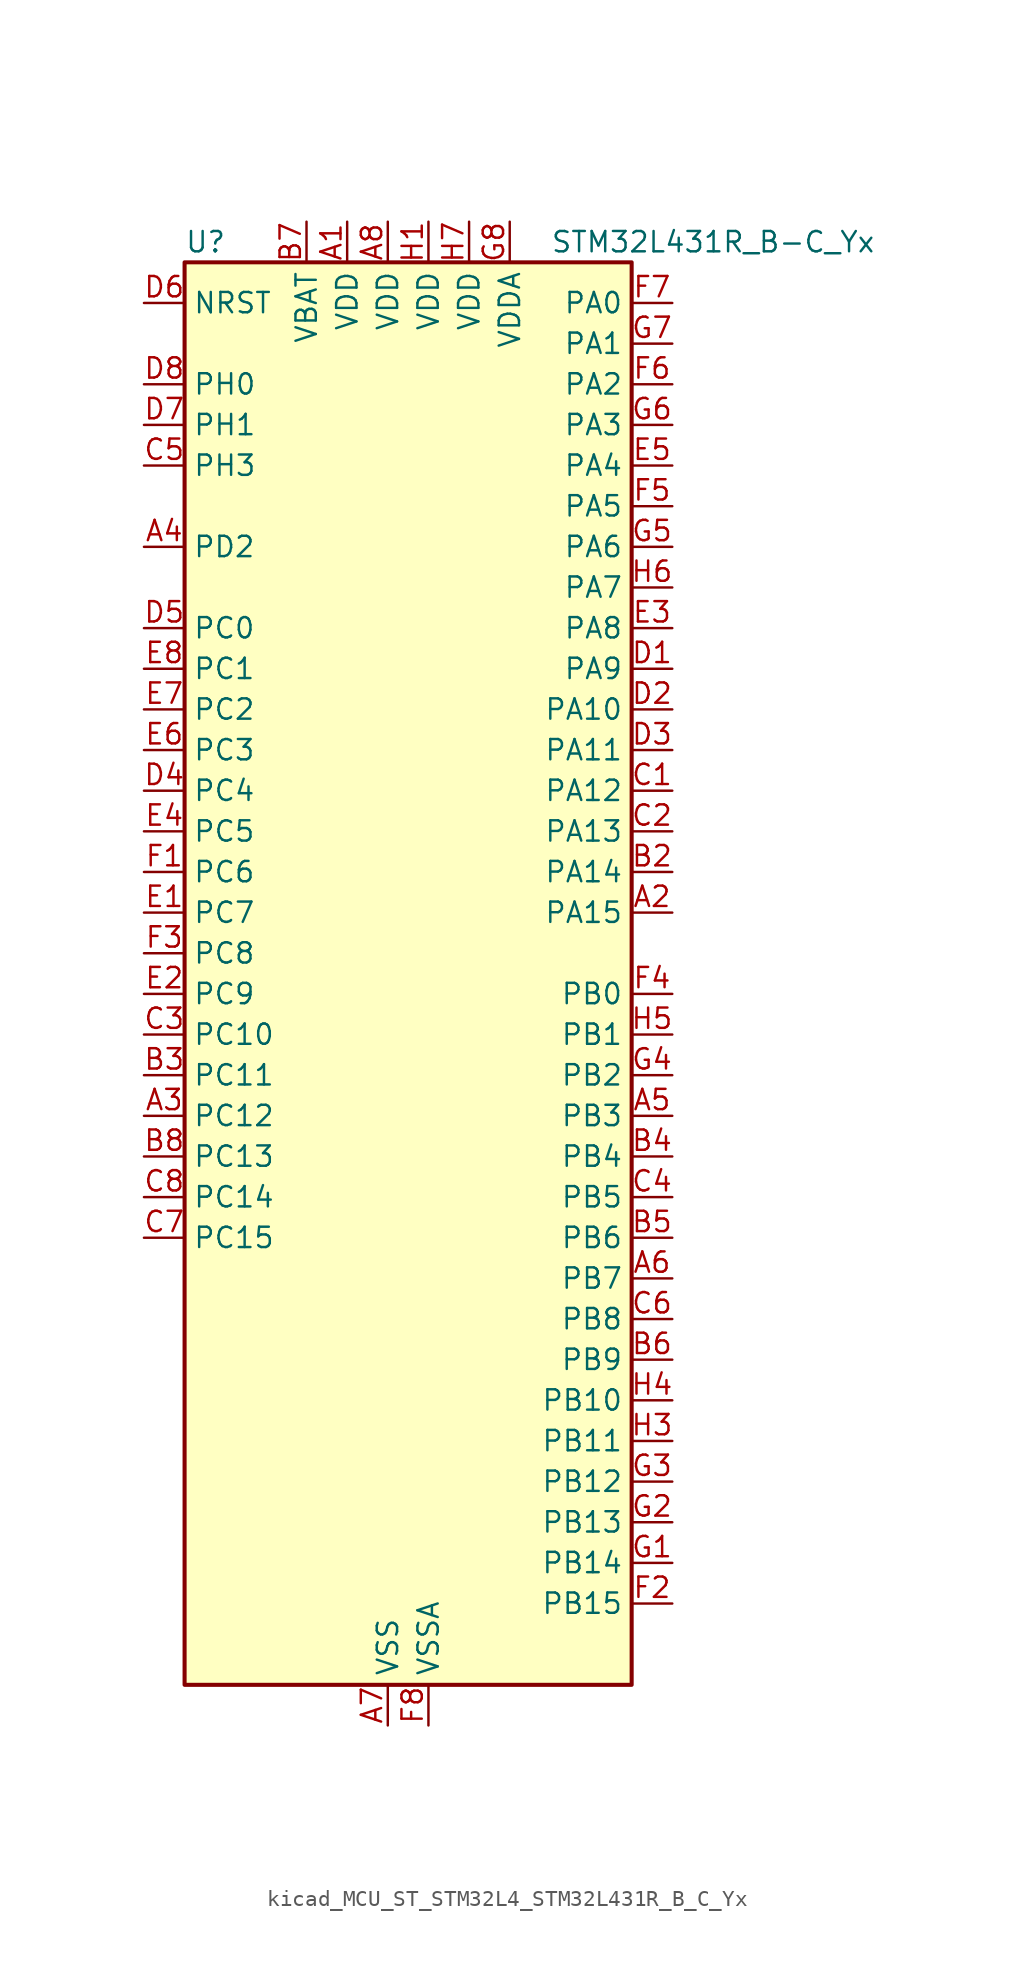
<source format=kicad_sym>
(kicad_symbol_lib
  (version 20220914)
  (generator kicad_symbol_editor)
  (symbol "kicad_MCU_ST_STM32L4_STM32L431R_B_C_Yx"
    (property "Reference" "U"
      (at -12.7 46.99 0)
      (effects (font (size 1.27 1.27)) (justify left)))
    (property "Value" "STM32L431R_B-C_Yx"
      (at 10.16 46.99 0)
      (effects (font (size 1.27 1.27)) (justify left)))
    (property "ki_locked" ""
      (at 0 0 0)
      (effects (font (size 1.27 1.27))))
    (symbol "kicad_MCU_ST_STM32L4_STM32L431R_B_C_Yx_0_1"
      (rectangle (start -12.7 -43.18) (end 15.24 45.72) (stroke (width 0.254) (type default)) (fill (type background))))
    (symbol "kicad_MCU_ST_STM32L4_STM32L431R_B_C_Yx_1_1"
      (pin power_in line (at -2.54 48.26 270) (length 2.54) (name "VDD" (effects (font (size 1.27 1.27)))) (number "A1" (effects (font (size 1.27 1.27)))))
      (pin bidirectional line (at 17.78 5.08 180) (length 2.54) (name "PA15" (effects (font (size 1.27 1.27)))) (number "A2" (effects (font (size 1.27 1.27)))) (alternate "ADC1_EXTI15" bidirectional line) (alternate "SPI1_NSS" bidirectional line) (alternate "SPI3_NSS" bidirectional line) (alternate "SWPMI1_SUSPEND" bidirectional line) (alternate "SYS_JTDI" bidirectional line) (alternate "TIM2_CH1" bidirectional line) (alternate "TIM2_ETR" bidirectional line) (alternate "TSC_G3_IO1" bidirectional line) (alternate "USART2_RX" bidirectional line) (alternate "USART3_DE" bidirectional line) (alternate "USART3_RTS" bidirectional line))
      (pin bidirectional line (at -15.24 -7.62 0) (length 2.54) (name "PC12" (effects (font (size 1.27 1.27)))) (number "A3" (effects (font (size 1.27 1.27)))) (alternate "SDMMC1_CK" bidirectional line) (alternate "SPI3_MOSI" bidirectional line) (alternate "TSC_G3_IO4" bidirectional line) (alternate "USART3_CK" bidirectional line))
      (pin bidirectional line (at -15.24 27.94 0) (length 2.54) (name "PD2" (effects (font (size 1.27 1.27)))) (number "A4" (effects (font (size 1.27 1.27)))) (alternate "SDMMC1_CMD" bidirectional line) (alternate "TSC_SYNC" bidirectional line) (alternate "USART3_DE" bidirectional line) (alternate "USART3_RTS" bidirectional line))
      (pin bidirectional line (at 17.78 -7.62 180) (length 2.54) (name "PB3" (effects (font (size 1.27 1.27)))) (number "A5" (effects (font (size 1.27 1.27)))) (alternate "COMP2_INM" bidirectional line) (alternate "SAI1_SCK_B" bidirectional line) (alternate "SPI1_SCK" bidirectional line) (alternate "SPI3_SCK" bidirectional line) (alternate "SYS_JTDO-SWO" bidirectional line) (alternate "TIM2_CH2" bidirectional line) (alternate "USART1_DE" bidirectional line) (alternate "USART1_RTS" bidirectional line))
      (pin bidirectional line (at 17.78 -17.78 180) (length 2.54) (name "PB7" (effects (font (size 1.27 1.27)))) (number "A6" (effects (font (size 1.27 1.27)))) (alternate "COMP2_INM" bidirectional line) (alternate "I2C1_SDA" bidirectional line) (alternate "LPTIM1_IN2" bidirectional line) (alternate "SYS_PVD_IN" bidirectional line) (alternate "TSC_G2_IO4" bidirectional line) (alternate "USART1_RX" bidirectional line))
      (pin power_in line (at 0 -45.72 90) (length 2.54) (name "VSS" (effects (font (size 1.27 1.27)))) (number "A7" (effects (font (size 1.27 1.27)))))
      (pin power_in line (at 0 48.26 270) (length 2.54) (name "VDD" (effects (font (size 1.27 1.27)))) (number "A8" (effects (font (size 1.27 1.27)))))
      (pin passive line (at 0 -45.72 90) (length 2.54) hide (name "VSS" (effects (font (size 1.27 1.27)))) (number "B1" (effects (font (size 1.27 1.27)))))
      (pin bidirectional line (at 17.78 7.62 180) (length 2.54) (name "PA14" (effects (font (size 1.27 1.27)))) (number "B2" (effects (font (size 1.27 1.27)))) (alternate "I2C1_SMBA" bidirectional line) (alternate "LPTIM1_OUT" bidirectional line) (alternate "SAI1_FS_B" bidirectional line) (alternate "SWPMI1_RX" bidirectional line) (alternate "SYS_JTCK-SWCLK" bidirectional line))
      (pin bidirectional line (at -15.24 -5.08 0) (length 2.54) (name "PC11" (effects (font (size 1.27 1.27)))) (number "B3" (effects (font (size 1.27 1.27)))) (alternate "ADC1_EXTI11" bidirectional line) (alternate "SDMMC1_D3" bidirectional line) (alternate "SPI3_MISO" bidirectional line) (alternate "TSC_G3_IO3" bidirectional line) (alternate "USART3_RX" bidirectional line))
      (pin bidirectional line (at 17.78 -10.16 180) (length 2.54) (name "PB4" (effects (font (size 1.27 1.27)))) (number "B4" (effects (font (size 1.27 1.27)))) (alternate "COMP2_INP" bidirectional line) (alternate "I2C3_SDA" bidirectional line) (alternate "SAI1_MCLK_B" bidirectional line) (alternate "SPI1_MISO" bidirectional line) (alternate "SPI3_MISO" bidirectional line) (alternate "SYS_JTRST" bidirectional line) (alternate "TSC_G2_IO1" bidirectional line) (alternate "USART1_CTS" bidirectional line))
      (pin bidirectional line (at 17.78 -15.24 180) (length 2.54) (name "PB6" (effects (font (size 1.27 1.27)))) (number "B5" (effects (font (size 1.27 1.27)))) (alternate "COMP2_INP" bidirectional line) (alternate "I2C1_SCL" bidirectional line) (alternate "LPTIM1_ETR" bidirectional line) (alternate "SAI1_FS_B" bidirectional line) (alternate "TIM16_CH1N" bidirectional line) (alternate "TSC_G2_IO3" bidirectional line) (alternate "USART1_TX" bidirectional line))
      (pin bidirectional line (at 17.78 -22.86 180) (length 2.54) (name "PB9" (effects (font (size 1.27 1.27)))) (number "B6" (effects (font (size 1.27 1.27)))) (alternate "CAN1_TX" bidirectional line) (alternate "DAC1_EXTI9" bidirectional line) (alternate "I2C1_SDA" bidirectional line) (alternate "IR_OUT" bidirectional line) (alternate "SAI1_FS_A" bidirectional line) (alternate "SDMMC1_D5" bidirectional line) (alternate "SPI2_NSS" bidirectional line))
      (pin power_in line (at -5.08 48.26 270) (length 2.54) (name "VBAT" (effects (font (size 1.27 1.27)))) (number "B7" (effects (font (size 1.27 1.27)))))
      (pin bidirectional line (at -15.24 -10.16 0) (length 2.54) (name "PC13" (effects (font (size 1.27 1.27)))) (number "B8" (effects (font (size 1.27 1.27)))) (alternate "RTC_OUT_ALARM" bidirectional line) (alternate "RTC_OUT_CALIB" bidirectional line) (alternate "RTC_TAMP1" bidirectional line) (alternate "RTC_TS" bidirectional line) (alternate "SYS_WKUP2" bidirectional line))
      (pin bidirectional line (at 17.78 12.7 180) (length 2.54) (name "PA12" (effects (font (size 1.27 1.27)))) (number "C1" (effects (font (size 1.27 1.27)))) (alternate "CAN1_TX" bidirectional line) (alternate "SPI1_MOSI" bidirectional line) (alternate "TIM1_ETR" bidirectional line) (alternate "USART1_DE" bidirectional line) (alternate "USART1_RTS" bidirectional line))
      (pin bidirectional line (at 17.78 10.16 180) (length 2.54) (name "PA13" (effects (font (size 1.27 1.27)))) (number "C2" (effects (font (size 1.27 1.27)))) (alternate "IR_OUT" bidirectional line) (alternate "SAI1_SD_B" bidirectional line) (alternate "SWPMI1_TX" bidirectional line) (alternate "SYS_JTMS-SWDIO" bidirectional line))
      (pin bidirectional line (at -15.24 -2.54 0) (length 2.54) (name "PC10" (effects (font (size 1.27 1.27)))) (number "C3" (effects (font (size 1.27 1.27)))) (alternate "SDMMC1_D2" bidirectional line) (alternate "SPI3_SCK" bidirectional line) (alternate "TSC_G3_IO2" bidirectional line) (alternate "USART3_TX" bidirectional line))
      (pin bidirectional line (at 17.78 -12.7 180) (length 2.54) (name "PB5" (effects (font (size 1.27 1.27)))) (number "C4" (effects (font (size 1.27 1.27)))) (alternate "COMP2_OUT" bidirectional line) (alternate "I2C1_SMBA" bidirectional line) (alternate "LPTIM1_IN1" bidirectional line) (alternate "SAI1_SD_B" bidirectional line) (alternate "SPI1_MOSI" bidirectional line) (alternate "SPI3_MOSI" bidirectional line) (alternate "TIM16_BKIN" bidirectional line) (alternate "TSC_G2_IO2" bidirectional line) (alternate "USART1_CK" bidirectional line))
      (pin bidirectional line (at -15.24 33.02 0) (length 2.54) (name "PH3" (effects (font (size 1.27 1.27)))) (number "C5" (effects (font (size 1.27 1.27)))))
      (pin bidirectional line (at 17.78 -20.32 180) (length 2.54) (name "PB8" (effects (font (size 1.27 1.27)))) (number "C6" (effects (font (size 1.27 1.27)))) (alternate "CAN1_RX" bidirectional line) (alternate "I2C1_SCL" bidirectional line) (alternate "SAI1_MCLK_A" bidirectional line) (alternate "SDMMC1_D4" bidirectional line) (alternate "TIM16_CH1" bidirectional line))
      (pin bidirectional line (at -15.24 -15.24 0) (length 2.54) (name "PC15" (effects (font (size 1.27 1.27)))) (number "C7" (effects (font (size 1.27 1.27)))) (alternate "ADC1_EXTI15" bidirectional line) (alternate "RCC_OSC32_OUT" bidirectional line))
      (pin bidirectional line (at -15.24 -12.7 0) (length 2.54) (name "PC14" (effects (font (size 1.27 1.27)))) (number "C8" (effects (font (size 1.27 1.27)))) (alternate "RCC_OSC32_IN" bidirectional line))
      (pin bidirectional line (at 17.78 20.32 180) (length 2.54) (name "PA9" (effects (font (size 1.27 1.27)))) (number "D1" (effects (font (size 1.27 1.27)))) (alternate "DAC1_EXTI9" bidirectional line) (alternate "I2C1_SCL" bidirectional line) (alternate "SAI1_FS_A" bidirectional line) (alternate "TIM15_BKIN" bidirectional line) (alternate "TIM1_CH2" bidirectional line) (alternate "USART1_TX" bidirectional line))
      (pin bidirectional line (at 17.78 17.78 180) (length 2.54) (name "PA10" (effects (font (size 1.27 1.27)))) (number "D2" (effects (font (size 1.27 1.27)))) (alternate "I2C1_SDA" bidirectional line) (alternate "SAI1_SD_A" bidirectional line) (alternate "TIM1_CH3" bidirectional line) (alternate "USART1_RX" bidirectional line))
      (pin bidirectional line (at 17.78 15.24 180) (length 2.54) (name "PA11" (effects (font (size 1.27 1.27)))) (number "D3" (effects (font (size 1.27 1.27)))) (alternate "ADC1_EXTI11" bidirectional line) (alternate "CAN1_RX" bidirectional line) (alternate "COMP1_OUT" bidirectional line) (alternate "SPI1_MISO" bidirectional line) (alternate "TIM1_BKIN2" bidirectional line) (alternate "TIM1_BKIN2_COMP1" bidirectional line) (alternate "TIM1_CH4" bidirectional line) (alternate "USART1_CTS" bidirectional line))
      (pin bidirectional line (at -15.24 12.7 0) (length 2.54) (name "PC4" (effects (font (size 1.27 1.27)))) (number "D4" (effects (font (size 1.27 1.27)))) (alternate "ADC1_IN13" bidirectional line) (alternate "COMP1_INM" bidirectional line) (alternate "USART3_TX" bidirectional line))
      (pin bidirectional line (at -15.24 22.86 0) (length 2.54) (name "PC0" (effects (font (size 1.27 1.27)))) (number "D5" (effects (font (size 1.27 1.27)))) (alternate "ADC1_IN1" bidirectional line) (alternate "I2C3_SCL" bidirectional line) (alternate "LPTIM1_IN1" bidirectional line) (alternate "LPTIM2_IN1" bidirectional line) (alternate "LPUART1_RX" bidirectional line))
      (pin input line (at -15.24 43.18 0) (length 2.54) (name "NRST" (effects (font (size 1.27 1.27)))) (number "D6" (effects (font (size 1.27 1.27)))))
      (pin bidirectional line (at -15.24 35.56 0) (length 2.54) (name "PH1" (effects (font (size 1.27 1.27)))) (number "D7" (effects (font (size 1.27 1.27)))) (alternate "RCC_OSC_OUT" bidirectional line))
      (pin bidirectional line (at -15.24 38.1 0) (length 2.54) (name "PH0" (effects (font (size 1.27 1.27)))) (number "D8" (effects (font (size 1.27 1.27)))) (alternate "RCC_OSC_IN" bidirectional line))
      (pin bidirectional line (at -15.24 5.08 0) (length 2.54) (name "PC7" (effects (font (size 1.27 1.27)))) (number "E1" (effects (font (size 1.27 1.27)))) (alternate "SDMMC1_D7" bidirectional line) (alternate "TSC_G4_IO2" bidirectional line))
      (pin bidirectional line (at -15.24 0 0) (length 2.54) (name "PC9" (effects (font (size 1.27 1.27)))) (number "E2" (effects (font (size 1.27 1.27)))) (alternate "DAC1_EXTI9" bidirectional line) (alternate "SDMMC1_D1" bidirectional line) (alternate "TSC_G4_IO4" bidirectional line))
      (pin bidirectional line (at 17.78 22.86 180) (length 2.54) (name "PA8" (effects (font (size 1.27 1.27)))) (number "E3" (effects (font (size 1.27 1.27)))) (alternate "LPTIM2_OUT" bidirectional line) (alternate "RCC_MCO" bidirectional line) (alternate "SAI1_SCK_A" bidirectional line) (alternate "SWPMI1_IO" bidirectional line) (alternate "TIM1_CH1" bidirectional line) (alternate "USART1_CK" bidirectional line))
      (pin bidirectional line (at -15.24 10.16 0) (length 2.54) (name "PC5" (effects (font (size 1.27 1.27)))) (number "E4" (effects (font (size 1.27 1.27)))) (alternate "ADC1_IN14" bidirectional line) (alternate "COMP1_INP" bidirectional line) (alternate "SYS_WKUP5" bidirectional line) (alternate "USART3_RX" bidirectional line))
      (pin bidirectional line (at 17.78 33.02 180) (length 2.54) (name "PA4" (effects (font (size 1.27 1.27)))) (number "E5" (effects (font (size 1.27 1.27)))) (alternate "ADC1_IN9" bidirectional line) (alternate "COMP1_INM" bidirectional line) (alternate "COMP2_INM" bidirectional line) (alternate "DAC1_OUT1" bidirectional line) (alternate "LPTIM2_OUT" bidirectional line) (alternate "SAI1_FS_B" bidirectional line) (alternate "SPI1_NSS" bidirectional line) (alternate "SPI3_NSS" bidirectional line) (alternate "USART2_CK" bidirectional line))
      (pin bidirectional line (at -15.24 15.24 0) (length 2.54) (name "PC3" (effects (font (size 1.27 1.27)))) (number "E6" (effects (font (size 1.27 1.27)))) (alternate "ADC1_IN4" bidirectional line) (alternate "LPTIM1_ETR" bidirectional line) (alternate "LPTIM2_ETR" bidirectional line) (alternate "SAI1_SD_A" bidirectional line) (alternate "SPI2_MOSI" bidirectional line))
      (pin bidirectional line (at -15.24 17.78 0) (length 2.54) (name "PC2" (effects (font (size 1.27 1.27)))) (number "E7" (effects (font (size 1.27 1.27)))) (alternate "ADC1_IN3" bidirectional line) (alternate "LPTIM1_IN2" bidirectional line) (alternate "SPI2_MISO" bidirectional line))
      (pin bidirectional line (at -15.24 20.32 0) (length 2.54) (name "PC1" (effects (font (size 1.27 1.27)))) (number "E8" (effects (font (size 1.27 1.27)))) (alternate "ADC1_IN2" bidirectional line) (alternate "I2C3_SDA" bidirectional line) (alternate "LPTIM1_OUT" bidirectional line) (alternate "LPUART1_TX" bidirectional line))
      (pin bidirectional line (at -15.24 7.62 0) (length 2.54) (name "PC6" (effects (font (size 1.27 1.27)))) (number "F1" (effects (font (size 1.27 1.27)))) (alternate "SDMMC1_D6" bidirectional line) (alternate "TSC_G4_IO1" bidirectional line))
      (pin bidirectional line (at 17.78 -38.1 180) (length 2.54) (name "PB15" (effects (font (size 1.27 1.27)))) (number "F2" (effects (font (size 1.27 1.27)))) (alternate "ADC1_EXTI15" bidirectional line) (alternate "RTC_REFIN" bidirectional line) (alternate "SAI1_SD_A" bidirectional line) (alternate "SPI2_MOSI" bidirectional line) (alternate "SWPMI1_SUSPEND" bidirectional line) (alternate "TIM15_CH2" bidirectional line) (alternate "TIM1_CH3N" bidirectional line) (alternate "TSC_G1_IO4" bidirectional line))
      (pin bidirectional line (at -15.24 2.54 0) (length 2.54) (name "PC8" (effects (font (size 1.27 1.27)))) (number "F3" (effects (font (size 1.27 1.27)))) (alternate "SDMMC1_D0" bidirectional line) (alternate "TSC_G4_IO3" bidirectional line))
      (pin bidirectional line (at 17.78 0 180) (length 2.54) (name "PB0" (effects (font (size 1.27 1.27)))) (number "F4" (effects (font (size 1.27 1.27)))) (alternate "ADC1_IN15" bidirectional line) (alternate "COMP1_OUT" bidirectional line) (alternate "QUADSPI_BK1_IO1" bidirectional line) (alternate "SAI1_EXTCLK" bidirectional line) (alternate "SPI1_NSS" bidirectional line) (alternate "TIM1_CH2N" bidirectional line) (alternate "USART3_CK" bidirectional line))
      (pin bidirectional line (at 17.78 30.48 180) (length 2.54) (name "PA5" (effects (font (size 1.27 1.27)))) (number "F5" (effects (font (size 1.27 1.27)))) (alternate "ADC1_IN10" bidirectional line) (alternate "COMP1_INM" bidirectional line) (alternate "COMP2_INM" bidirectional line) (alternate "DAC1_OUT2" bidirectional line) (alternate "LPTIM2_ETR" bidirectional line) (alternate "SPI1_SCK" bidirectional line) (alternate "TIM2_CH1" bidirectional line) (alternate "TIM2_ETR" bidirectional line))
      (pin bidirectional line (at 17.78 38.1 180) (length 2.54) (name "PA2" (effects (font (size 1.27 1.27)))) (number "F6" (effects (font (size 1.27 1.27)))) (alternate "ADC1_IN7" bidirectional line) (alternate "COMP2_INM" bidirectional line) (alternate "COMP2_OUT" bidirectional line) (alternate "LPUART1_TX" bidirectional line) (alternate "QUADSPI_BK1_NCS" bidirectional line) (alternate "RCC_LSCO" bidirectional line) (alternate "SYS_WKUP4" bidirectional line) (alternate "TIM15_CH1" bidirectional line) (alternate "TIM2_CH3" bidirectional line) (alternate "USART2_TX" bidirectional line))
      (pin bidirectional line (at 17.78 43.18 180) (length 2.54) (name "PA0" (effects (font (size 1.27 1.27)))) (number "F7" (effects (font (size 1.27 1.27)))) (alternate "ADC1_IN5" bidirectional line) (alternate "COMP1_INM" bidirectional line) (alternate "COMP1_OUT" bidirectional line) (alternate "OPAMP1_VINP" bidirectional line) (alternate "RTC_TAMP2" bidirectional line) (alternate "SAI1_EXTCLK" bidirectional line) (alternate "SYS_WKUP1" bidirectional line) (alternate "TIM2_CH1" bidirectional line) (alternate "TIM2_ETR" bidirectional line) (alternate "USART2_CTS" bidirectional line))
      (pin power_in line (at 2.54 -45.72 90) (length 2.54) (name "VSSA" (effects (font (size 1.27 1.27)))) (number "F8" (effects (font (size 1.27 1.27)))))
      (pin bidirectional line (at 17.78 -35.56 180) (length 2.54) (name "PB14" (effects (font (size 1.27 1.27)))) (number "G1" (effects (font (size 1.27 1.27)))) (alternate "I2C2_SDA" bidirectional line) (alternate "SAI1_MCLK_A" bidirectional line) (alternate "SPI2_MISO" bidirectional line) (alternate "SWPMI1_RX" bidirectional line) (alternate "TIM15_CH1" bidirectional line) (alternate "TIM1_CH2N" bidirectional line) (alternate "TSC_G1_IO3" bidirectional line) (alternate "USART3_DE" bidirectional line) (alternate "USART3_RTS" bidirectional line))
      (pin bidirectional line (at 17.78 -33.02 180) (length 2.54) (name "PB13" (effects (font (size 1.27 1.27)))) (number "G2" (effects (font (size 1.27 1.27)))) (alternate "I2C2_SCL" bidirectional line) (alternate "LPUART1_CTS" bidirectional line) (alternate "SAI1_SCK_A" bidirectional line) (alternate "SPI2_SCK" bidirectional line) (alternate "SWPMI1_TX" bidirectional line) (alternate "TIM15_CH1N" bidirectional line) (alternate "TIM1_CH1N" bidirectional line) (alternate "TSC_G1_IO2" bidirectional line) (alternate "USART3_CTS" bidirectional line))
      (pin bidirectional line (at 17.78 -30.48 180) (length 2.54) (name "PB12" (effects (font (size 1.27 1.27)))) (number "G3" (effects (font (size 1.27 1.27)))) (alternate "I2C2_SMBA" bidirectional line) (alternate "LPUART1_DE" bidirectional line) (alternate "LPUART1_RTS" bidirectional line) (alternate "SAI1_FS_A" bidirectional line) (alternate "SPI2_NSS" bidirectional line) (alternate "SWPMI1_IO" bidirectional line) (alternate "TIM15_BKIN" bidirectional line) (alternate "TIM1_BKIN" bidirectional line) (alternate "TIM1_BKIN_COMP2" bidirectional line) (alternate "TSC_G1_IO1" bidirectional line) (alternate "USART3_CK" bidirectional line))
      (pin bidirectional line (at 17.78 -5.08 180) (length 2.54) (name "PB2" (effects (font (size 1.27 1.27)))) (number "G4" (effects (font (size 1.27 1.27)))) (alternate "COMP1_INP" bidirectional line) (alternate "I2C3_SMBA" bidirectional line) (alternate "LPTIM1_OUT" bidirectional line) (alternate "RTC_OUT_ALARM" bidirectional line) (alternate "RTC_OUT_CALIB" bidirectional line))
      (pin bidirectional line (at 17.78 27.94 180) (length 2.54) (name "PA6" (effects (font (size 1.27 1.27)))) (number "G5" (effects (font (size 1.27 1.27)))) (alternate "ADC1_IN11" bidirectional line) (alternate "COMP1_OUT" bidirectional line) (alternate "LPUART1_CTS" bidirectional line) (alternate "QUADSPI_BK1_IO3" bidirectional line) (alternate "SPI1_MISO" bidirectional line) (alternate "TIM16_CH1" bidirectional line) (alternate "TIM1_BKIN" bidirectional line) (alternate "TIM1_BKIN_COMP2" bidirectional line) (alternate "USART3_CTS" bidirectional line))
      (pin bidirectional line (at 17.78 35.56 180) (length 2.54) (name "PA3" (effects (font (size 1.27 1.27)))) (number "G6" (effects (font (size 1.27 1.27)))) (alternate "ADC1_IN8" bidirectional line) (alternate "COMP2_INP" bidirectional line) (alternate "LPUART1_RX" bidirectional line) (alternate "OPAMP1_VOUT" bidirectional line) (alternate "QUADSPI_CLK" bidirectional line) (alternate "SAI1_MCLK_A" bidirectional line) (alternate "TIM15_CH2" bidirectional line) (alternate "TIM2_CH4" bidirectional line) (alternate "USART2_RX" bidirectional line))
      (pin bidirectional line (at 17.78 40.64 180) (length 2.54) (name "PA1" (effects (font (size 1.27 1.27)))) (number "G7" (effects (font (size 1.27 1.27)))) (alternate "ADC1_IN6" bidirectional line) (alternate "COMP1_INP" bidirectional line) (alternate "I2C1_SMBA" bidirectional line) (alternate "OPAMP1_VINM" bidirectional line) (alternate "SPI1_SCK" bidirectional line) (alternate "TIM15_CH1N" bidirectional line) (alternate "TIM2_CH2" bidirectional line) (alternate "USART2_DE" bidirectional line) (alternate "USART2_RTS" bidirectional line))
      (pin power_in line (at 7.62 48.26 270) (length 2.54) (name "VDDA" (effects (font (size 1.27 1.27)))) (number "G8" (effects (font (size 1.27 1.27)))))
      (pin power_in line (at 2.54 48.26 270) (length 2.54) (name "VDD" (effects (font (size 1.27 1.27)))) (number "H1" (effects (font (size 1.27 1.27)))))
      (pin passive line (at 0 -45.72 90) (length 2.54) hide (name "VSS" (effects (font (size 1.27 1.27)))) (number "H2" (effects (font (size 1.27 1.27)))))
      (pin bidirectional line (at 17.78 -27.94 180) (length 2.54) (name "PB11" (effects (font (size 1.27 1.27)))) (number "H3" (effects (font (size 1.27 1.27)))) (alternate "ADC1_EXTI11" bidirectional line) (alternate "COMP2_OUT" bidirectional line) (alternate "I2C2_SDA" bidirectional line) (alternate "LPUART1_TX" bidirectional line) (alternate "QUADSPI_BK1_NCS" bidirectional line) (alternate "TIM2_CH4" bidirectional line) (alternate "USART3_RX" bidirectional line))
      (pin bidirectional line (at 17.78 -25.4 180) (length 2.54) (name "PB10" (effects (font (size 1.27 1.27)))) (number "H4" (effects (font (size 1.27 1.27)))) (alternate "COMP1_OUT" bidirectional line) (alternate "I2C2_SCL" bidirectional line) (alternate "LPUART1_RX" bidirectional line) (alternate "QUADSPI_CLK" bidirectional line) (alternate "SAI1_SCK_A" bidirectional line) (alternate "SPI2_SCK" bidirectional line) (alternate "TIM2_CH3" bidirectional line) (alternate "TSC_SYNC" bidirectional line) (alternate "USART3_TX" bidirectional line))
      (pin bidirectional line (at 17.78 -2.54 180) (length 2.54) (name "PB1" (effects (font (size 1.27 1.27)))) (number "H5" (effects (font (size 1.27 1.27)))) (alternate "ADC1_IN16" bidirectional line) (alternate "COMP1_INM" bidirectional line) (alternate "LPTIM2_IN1" bidirectional line) (alternate "LPUART1_DE" bidirectional line) (alternate "LPUART1_RTS" bidirectional line) (alternate "QUADSPI_BK1_IO0" bidirectional line) (alternate "TIM1_CH3N" bidirectional line) (alternate "USART3_DE" bidirectional line) (alternate "USART3_RTS" bidirectional line))
      (pin bidirectional line (at 17.78 25.4 180) (length 2.54) (name "PA7" (effects (font (size 1.27 1.27)))) (number "H6" (effects (font (size 1.27 1.27)))) (alternate "ADC1_IN12" bidirectional line) (alternate "COMP2_OUT" bidirectional line) (alternate "I2C3_SCL" bidirectional line) (alternate "QUADSPI_BK1_IO2" bidirectional line) (alternate "SPI1_MOSI" bidirectional line) (alternate "TIM1_CH1N" bidirectional line))
      (pin power_in line (at 5.08 48.26 270) (length 2.54) (name "VDD" (effects (font (size 1.27 1.27)))) (number "H7" (effects (font (size 1.27 1.27)))))
      (pin passive line (at 0 -45.72 90) (length 2.54) hide (name "VSS" (effects (font (size 1.27 1.27)))) (number "H8" (effects (font (size 1.27 1.27))))))))
</source>
